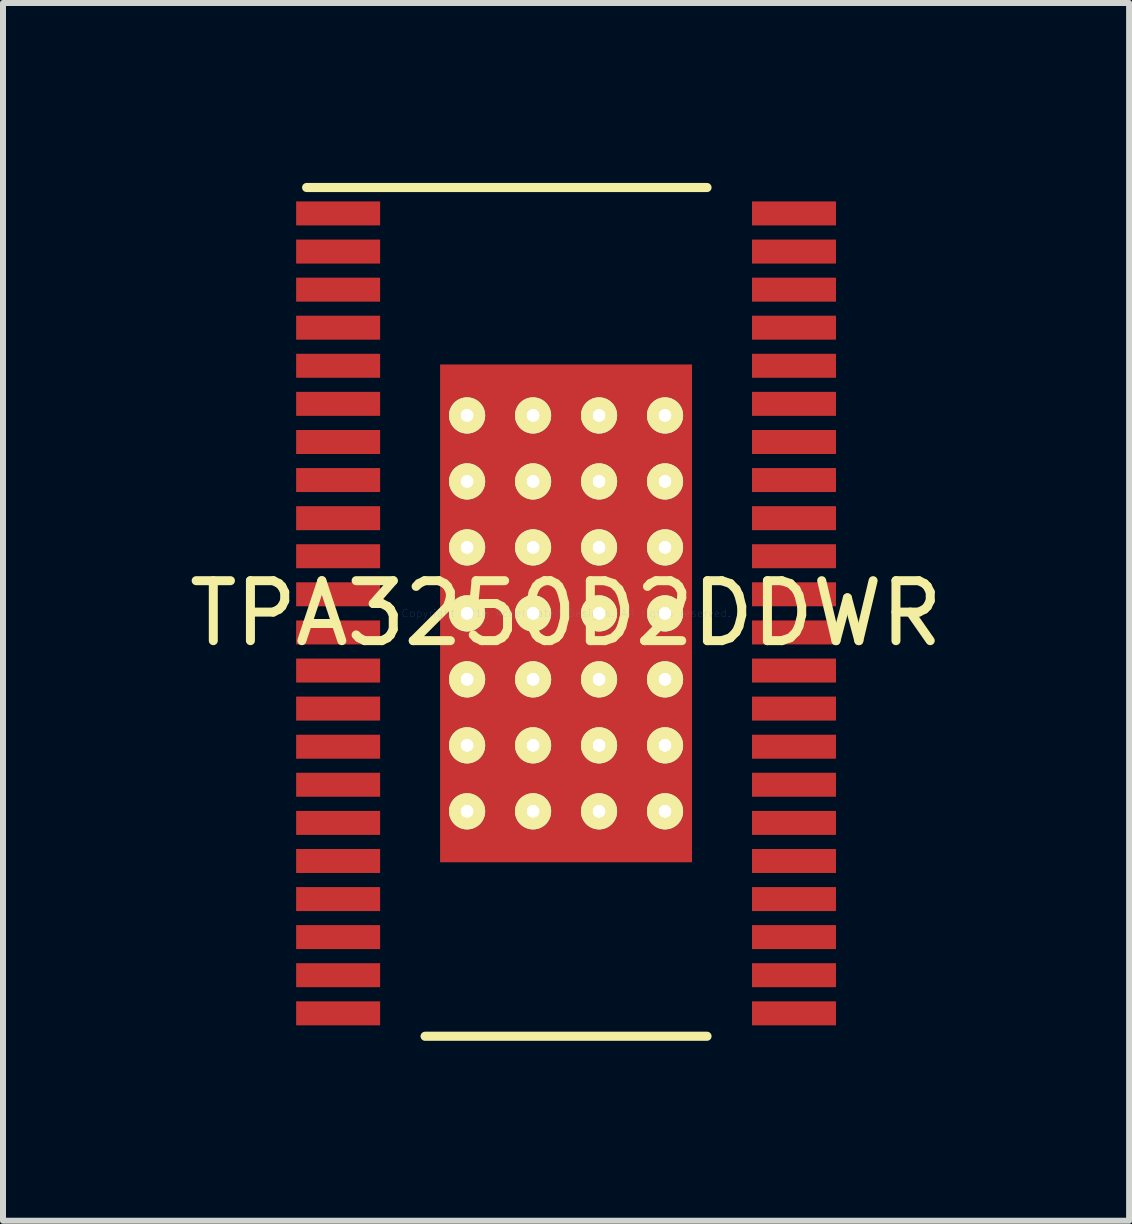
<source format=kicad_pcb>
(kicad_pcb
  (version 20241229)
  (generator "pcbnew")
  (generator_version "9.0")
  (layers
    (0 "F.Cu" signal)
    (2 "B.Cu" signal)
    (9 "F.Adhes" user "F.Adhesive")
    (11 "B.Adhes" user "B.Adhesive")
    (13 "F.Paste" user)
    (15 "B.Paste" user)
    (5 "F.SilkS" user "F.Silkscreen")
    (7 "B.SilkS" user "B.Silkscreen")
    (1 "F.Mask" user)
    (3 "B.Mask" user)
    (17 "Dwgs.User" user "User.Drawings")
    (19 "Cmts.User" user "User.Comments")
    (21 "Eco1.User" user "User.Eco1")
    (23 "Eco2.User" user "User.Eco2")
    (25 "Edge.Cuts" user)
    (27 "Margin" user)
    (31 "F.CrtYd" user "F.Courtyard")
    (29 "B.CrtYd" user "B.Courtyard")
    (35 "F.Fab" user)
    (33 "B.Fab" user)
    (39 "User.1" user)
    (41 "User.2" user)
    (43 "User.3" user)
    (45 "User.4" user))
  (footprint "TPA3250D2DDWR"
    (layer "F.Cu")
    (at 6.387 7.176)
    (property "Reference" "TPA3250D2DDWR" (at 0 0 0) (layer "F.SilkS") (effects (font (size 1 1) (thickness 0.15))))
    (attr through_hole)
    (fp_line (start -4.325 -7.1) (end 2.35 -7.1) (stroke (width 0.152) (type solid)) (layer "F.SilkS"))
    (fp_line (start -2.35 7.05) (end 2.35 7.05) (stroke (width 0.152) (type solid)) (layer "F.SilkS"))
    (fp_text user "Copyright 2016 Accelerated Designs. All rights reserved." (at 0 0 0) (layer "Cmts.User") (effects (font (size 0.127 0.127) (thickness 0.002))))
    (pad "" smd rect (at -3.8 -6.668 90) (size 0.4 1.4) (layers "F.Paste"))
    (pad "" smd rect (at -3.8 -6.668 90) (size 0.502 1.502) (layers "F.Mask"))
    (pad "" smd rect (at -3.8 -6.032 90) (size 0.4 1.4) (layers "F.Paste"))
    (pad "" smd rect (at -3.8 -6.032 90) (size 0.502 1.502) (layers "F.Mask"))
    (pad "" smd rect (at -3.8 -5.397 90) (size 0.4 1.4) (layers "F.Paste"))
    (pad "" smd rect (at -3.8 -5.397 90) (size 0.502 1.502) (layers "F.Mask"))
    (pad "" smd rect (at -3.8 -4.763 90) (size 0.4 1.4) (layers "F.Paste"))
    (pad "" smd rect (at -3.8 -4.763 90) (size 0.502 1.502) (layers "F.Mask"))
    (pad "" smd rect (at -3.8 -4.128 90) (size 0.4 1.4) (layers "F.Paste"))
    (pad "" smd rect (at -3.8 -4.128 90) (size 0.502 1.502) (layers "F.Mask"))
    (pad "" smd rect (at -3.8 -3.493 90) (size 0.4 1.4) (layers "F.Paste"))
    (pad "" smd rect (at -3.8 -3.493 90) (size 0.502 1.502) (layers "F.Mask"))
    (pad "" smd rect (at -3.8 -2.857 90) (size 0.4 1.4) (layers "F.Paste"))
    (pad "" smd rect (at -3.8 -2.857 90) (size 0.502 1.502) (layers "F.Mask"))
    (pad "" smd rect (at -3.8 -2.223 90) (size 0.4 1.4) (layers "F.Paste"))
    (pad "" smd rect (at -3.8 -2.223 90) (size 0.502 1.502) (layers "F.Mask"))
    (pad "" smd rect (at -3.8 -1.587 90) (size 0.4 1.4) (layers "F.Paste"))
    (pad "" smd rect (at -3.8 -1.587 90) (size 0.502 1.502) (layers "F.Mask"))
    (pad "" smd rect (at -3.8 -0.953 90) (size 0.4 1.4) (layers "F.Paste"))
    (pad "" smd rect (at -3.8 -0.953 90) (size 0.502 1.502) (layers "F.Mask"))
    (pad "" smd rect (at -3.8 -0.318 90) (size 0.4 1.4) (layers "F.Paste"))
    (pad "" smd rect (at -3.8 -0.318 90) (size 0.502 1.502) (layers "F.Mask"))
    (pad "" smd rect (at -3.8 0.318 90) (size 0.4 1.4) (layers "F.Paste"))
    (pad "" smd rect (at -3.8 0.318 90) (size 0.502 1.502) (layers "F.Mask"))
    (pad "" smd rect (at -3.8 0.953 90) (size 0.4 1.4) (layers "F.Paste"))
    (pad "" smd rect (at -3.8 0.953 90) (size 0.502 1.502) (layers "F.Mask"))
    (pad "" smd rect (at -3.8 1.587 90) (size 0.4 1.4) (layers "F.Paste"))
    (pad "" smd rect (at -3.8 1.587 90) (size 0.502 1.502) (layers "F.Mask"))
    (pad "" smd rect (at -3.8 2.223 90) (size 0.4 1.4) (layers "F.Paste"))
    (pad "" smd rect (at -3.8 2.223 90) (size 0.502 1.502) (layers "F.Mask"))
    (pad "" smd rect (at -3.8 2.857 90) (size 0.4 1.4) (layers "F.Paste"))
    (pad "" smd rect (at -3.8 2.857 90) (size 0.502 1.502) (layers "F.Mask"))
    (pad "" smd rect (at -3.8 3.493 90) (size 0.4 1.4) (layers "F.Paste"))
    (pad "" smd rect (at -3.8 3.493 90) (size 0.502 1.502) (layers "F.Mask"))
    (pad "" smd rect (at -3.8 4.128 90) (size 0.4 1.4) (layers "F.Paste"))
    (pad "" smd rect (at -3.8 4.128 90) (size 0.502 1.502) (layers "F.Mask"))
    (pad "" smd rect (at -3.8 4.763 90) (size 0.4 1.4) (layers "F.Paste"))
    (pad "" smd rect (at -3.8 4.763 90) (size 0.502 1.502) (layers "F.Mask"))
    (pad "" smd rect (at -3.8 5.397 90) (size 0.4 1.4) (layers "F.Paste"))
    (pad "" smd rect (at -3.8 5.397 90) (size 0.502 1.502) (layers "F.Mask"))
    (pad "" smd rect (at -3.8 6.032 90) (size 0.4 1.4) (layers "F.Paste"))
    (pad "" smd rect (at -3.8 6.032 90) (size 0.502 1.502) (layers "F.Mask"))
    (pad "" smd rect (at -3.8 6.668 90) (size 0.4 1.4) (layers "F.Paste"))
    (pad "" smd rect (at -3.8 6.668 90) (size 0.502 1.502) (layers "F.Mask"))
    (pad "" thru_hole circle (at -1.65 -3.3) (size 0.602 0.602) (drill 0.203) (layers "*.Mask" "F.SilkS"))
    (pad "" thru_hole circle (at -1.65 -3.3) (size 0.602 0.602) (drill 0.203) (layers "*.Mask" "F.SilkS"))
    (pad "" thru_hole circle (at -1.65 -2.2) (size 0.602 0.602) (drill 0.203) (layers "*.Mask" "F.SilkS"))
    (pad "" thru_hole circle (at -1.65 -2.2) (size 0.602 0.602) (drill 0.203) (layers "*.Mask" "F.SilkS"))
    (pad "" thru_hole circle (at -1.65 -1.1) (size 0.602 0.602) (drill 0.203) (layers "*.Mask" "F.SilkS"))
    (pad "" thru_hole circle (at -1.65 -1.1) (size 0.602 0.602) (drill 0.203) (layers "*.Mask" "F.SilkS"))
    (pad "" thru_hole circle (at -1.65 0) (size 0.602 0.602) (drill 0.203) (layers "*.Mask" "F.SilkS"))
    (pad "" thru_hole circle (at -1.65 0) (size 0.602 0.602) (drill 0.203) (layers "*.Mask" "F.SilkS"))
    (pad "" thru_hole circle (at -1.65 1.1) (size 0.602 0.602) (drill 0.203) (layers "*.Mask" "F.SilkS"))
    (pad "" thru_hole circle (at -1.65 1.1) (size 0.602 0.602) (drill 0.203) (layers "*.Mask" "F.SilkS"))
    (pad "" thru_hole circle (at -1.65 2.2) (size 0.602 0.602) (drill 0.203) (layers "*.Mask" "F.SilkS"))
    (pad "" thru_hole circle (at -1.65 2.2) (size 0.602 0.602) (drill 0.203) (layers "*.Mask" "F.SilkS"))
    (pad "" thru_hole circle (at -1.65 3.3) (size 0.602 0.602) (drill 0.203) (layers "*.Mask" "F.SilkS"))
    (pad "" thru_hole circle (at -1.65 3.3) (size 0.602 0.602) (drill 0.203) (layers "*.Mask" "F.SilkS"))
    (pad "" thru_hole circle (at -0.55 -3.3) (size 0.602 0.602) (drill 0.203) (layers "*.Mask" "F.SilkS"))
    (pad "" thru_hole circle (at -0.55 -3.3) (size 0.602 0.602) (drill 0.203) (layers "*.Mask" "F.SilkS"))
    (pad "" thru_hole circle (at -0.55 -2.2) (size 0.602 0.602) (drill 0.203) (layers "*.Mask" "F.SilkS"))
    (pad "" thru_hole circle (at -0.55 -2.2) (size 0.602 0.602) (drill 0.203) (layers "*.Mask" "F.SilkS"))
    (pad "" thru_hole circle (at -0.55 -1.1) (size 0.602 0.602) (drill 0.203) (layers "*.Mask" "F.SilkS"))
    (pad "" thru_hole circle (at -0.55 -1.1) (size 0.602 0.602) (drill 0.203) (layers "*.Mask" "F.SilkS"))
    (pad "" thru_hole circle (at -0.55 0) (size 0.602 0.602) (drill 0.203) (layers "*.Mask" "F.SilkS"))
    (pad "" thru_hole circle (at -0.55 0) (size 0.602 0.602) (drill 0.203) (layers "*.Mask" "F.SilkS"))
    (pad "" thru_hole circle (at -0.55 1.1) (size 0.602 0.602) (drill 0.203) (layers "*.Mask" "F.SilkS"))
    (pad "" thru_hole circle (at -0.55 1.1) (size 0.602 0.602) (drill 0.203) (layers "*.Mask" "F.SilkS"))
    (pad "" thru_hole circle (at -0.55 2.2) (size 0.602 0.602) (drill 0.203) (layers "*.Mask" "F.SilkS"))
    (pad "" thru_hole circle (at -0.55 2.2) (size 0.602 0.602) (drill 0.203) (layers "*.Mask" "F.SilkS"))
    (pad "" thru_hole circle (at -0.55 3.3) (size 0.602 0.602) (drill 0.203) (layers "*.Mask" "F.SilkS"))
    (pad "" thru_hole circle (at -0.55 3.3) (size 0.602 0.602) (drill 0.203) (layers "*.Mask" "F.SilkS"))
    (pad "" smd rect (at 0 0) (size 4.2 8.3) (layers "F.Paste"))
    (pad "" smd rect (at 0 0) (size 4.302 8.402) (layers "F.Mask"))
    (pad "" thru_hole circle (at 0.55 -3.3) (size 0.602 0.602) (drill 0.203) (layers "*.Mask" "F.SilkS"))
    (pad "" thru_hole circle (at 0.55 -3.3) (size 0.602 0.602) (drill 0.203) (layers "*.Mask" "F.SilkS"))
    (pad "" thru_hole circle (at 0.55 -2.2) (size 0.602 0.602) (drill 0.203) (layers "*.Mask" "F.SilkS"))
    (pad "" thru_hole circle (at 0.55 -2.2) (size 0.602 0.602) (drill 0.203) (layers "*.Mask" "F.SilkS"))
    (pad "" thru_hole circle (at 0.55 -1.1) (size 0.602 0.602) (drill 0.203) (layers "*.Mask" "F.SilkS"))
    (pad "" thru_hole circle (at 0.55 -1.1) (size 0.602 0.602) (drill 0.203) (layers "*.Mask" "F.SilkS"))
    (pad "" thru_hole circle (at 0.55 0) (size 0.602 0.602) (drill 0.203) (layers "*.Mask" "F.SilkS"))
    (pad "" thru_hole circle (at 0.55 0) (size 0.602 0.602) (drill 0.203) (layers "*.Mask" "F.SilkS"))
    (pad "" thru_hole circle (at 0.55 1.1) (size 0.602 0.602) (drill 0.203) (layers "*.Mask" "F.SilkS"))
    (pad "" thru_hole circle (at 0.55 1.1) (size 0.602 0.602) (drill 0.203) (layers "*.Mask" "F.SilkS"))
    (pad "" thru_hole circle (at 0.55 2.2) (size 0.602 0.602) (drill 0.203) (layers "*.Mask" "F.SilkS"))
    (pad "" thru_hole circle (at 0.55 2.2) (size 0.602 0.602) (drill 0.203) (layers "*.Mask" "F.SilkS"))
    (pad "" thru_hole circle (at 0.55 3.3) (size 0.602 0.602) (drill 0.203) (layers "*.Mask" "F.SilkS"))
    (pad "" thru_hole circle (at 0.55 3.3) (size 0.602 0.602) (drill 0.203) (layers "*.Mask" "F.SilkS"))
    (pad "" thru_hole circle (at 1.65 -3.3) (size 0.602 0.602) (drill 0.203) (layers "*.Mask" "F.SilkS"))
    (pad "" thru_hole circle (at 1.65 -3.3) (size 0.602 0.602) (drill 0.203) (layers "*.Mask" "F.SilkS"))
    (pad "" thru_hole circle (at 1.65 -2.2) (size 0.602 0.602) (drill 0.203) (layers "*.Mask" "F.SilkS"))
    (pad "" thru_hole circle (at 1.65 -2.2) (size 0.602 0.602) (drill 0.203) (layers "*.Mask" "F.SilkS"))
    (pad "" thru_hole circle (at 1.65 -1.1) (size 0.602 0.602) (drill 0.203) (layers "*.Mask" "F.SilkS"))
    (pad "" thru_hole circle (at 1.65 -1.1) (size 0.602 0.602) (drill 0.203) (layers "*.Mask" "F.SilkS"))
    (pad "" thru_hole circle (at 1.65 0) (size 0.602 0.602) (drill 0.203) (layers "*.Mask" "F.SilkS"))
    (pad "" thru_hole circle (at 1.65 0) (size 0.602 0.602) (drill 0.203) (layers "*.Mask" "F.SilkS"))
    (pad "" thru_hole circle (at 1.65 1.1) (size 0.602 0.602) (drill 0.203) (layers "*.Mask" "F.SilkS"))
    (pad "" thru_hole circle (at 1.65 1.1) (size 0.602 0.602) (drill 0.203) (layers "*.Mask" "F.SilkS"))
    (pad "" thru_hole circle (at 1.65 2.2) (size 0.602 0.602) (drill 0.203) (layers "*.Mask" "F.SilkS"))
    (pad "" thru_hole circle (at 1.65 2.2) (size 0.602 0.602) (drill 0.203) (layers "*.Mask" "F.SilkS"))
    (pad "" thru_hole circle (at 1.65 3.3) (size 0.602 0.602) (drill 0.203) (layers "*.Mask" "F.SilkS"))
    (pad "" thru_hole circle (at 1.65 3.3) (size 0.602 0.602) (drill 0.203) (layers "*.Mask" "F.SilkS"))
    (pad "" smd rect (at 3.8 -6.668 90) (size 0.4 1.4) (layers "F.Paste"))
    (pad "" smd rect (at 3.8 -6.668 90) (size 0.502 1.502) (layers "F.Mask"))
    (pad "" smd rect (at 3.8 -6.032 90) (size 0.4 1.4) (layers "F.Paste"))
    (pad "" smd rect (at 3.8 -6.032 90) (size 0.502 1.502) (layers "F.Mask"))
    (pad "" smd rect (at 3.8 -5.397 90) (size 0.4 1.4) (layers "F.Paste"))
    (pad "" smd rect (at 3.8 -5.397 90) (size 0.502 1.502) (layers "F.Mask"))
    (pad "" smd rect (at 3.8 -4.763 90) (size 0.4 1.4) (layers "F.Paste"))
    (pad "" smd rect (at 3.8 -4.763 90) (size 0.502 1.502) (layers "F.Mask"))
    (pad "" smd rect (at 3.8 -4.128 90) (size 0.4 1.4) (layers "F.Paste"))
    (pad "" smd rect (at 3.8 -4.128 90) (size 0.502 1.502) (layers "F.Mask"))
    (pad "" smd rect (at 3.8 -3.493 90) (size 0.4 1.4) (layers "F.Paste"))
    (pad "" smd rect (at 3.8 -3.493 90) (size 0.502 1.502) (layers "F.Mask"))
    (pad "" smd rect (at 3.8 -2.857 90) (size 0.4 1.4) (layers "F.Paste"))
    (pad "" smd rect (at 3.8 -2.857 90) (size 0.502 1.502) (layers "F.Mask"))
    (pad "" smd rect (at 3.8 -2.223 90) (size 0.4 1.4) (layers "F.Paste"))
    (pad "" smd rect (at 3.8 -2.223 90) (size 0.502 1.502) (layers "F.Mask"))
    (pad "" smd rect (at 3.8 -1.587 90) (size 0.4 1.4) (layers "F.Paste"))
    (pad "" smd rect (at 3.8 -1.587 90) (size 0.502 1.502) (layers "F.Mask"))
    (pad "" smd rect (at 3.8 -0.953 90) (size 0.4 1.4) (layers "F.Paste"))
    (pad "" smd rect (at 3.8 -0.953 90) (size 0.502 1.502) (layers "F.Mask"))
    (pad "" smd rect (at 3.8 -0.318 90) (size 0.4 1.4) (layers "F.Paste"))
    (pad "" smd rect (at 3.8 -0.318 90) (size 0.502 1.502) (layers "F.Mask"))
    (pad "" smd rect (at 3.8 0.318 90) (size 0.4 1.4) (layers "F.Paste"))
    (pad "" smd rect (at 3.8 0.318 90) (size 0.502 1.502) (layers "F.Mask"))
    (pad "" smd rect (at 3.8 0.953 90) (size 0.4 1.4) (layers "F.Paste"))
    (pad "" smd rect (at 3.8 0.953 90) (size 0.502 1.502) (layers "F.Mask"))
    (pad "" smd rect (at 3.8 1.587 90) (size 0.4 1.4) (layers "F.Paste"))
    (pad "" smd rect (at 3.8 1.587 90) (size 0.502 1.502) (layers "F.Mask"))
    (pad "" smd rect (at 3.8 2.223 90) (size 0.4 1.4) (layers "F.Paste"))
    (pad "" smd rect (at 3.8 2.223 90) (size 0.502 1.502) (layers "F.Mask"))
    (pad "" smd rect (at 3.8 2.857 90) (size 0.4 1.4) (layers "F.Paste"))
    (pad "" smd rect (at 3.8 2.857 90) (size 0.502 1.502) (layers "F.Mask"))
    (pad "" smd rect (at 3.8 3.493 90) (size 0.4 1.4) (layers "F.Paste"))
    (pad "" smd rect (at 3.8 3.493 90) (size 0.502 1.502) (layers "F.Mask"))
    (pad "" smd rect (at 3.8 4.128 90) (size 0.4 1.4) (layers "F.Paste"))
    (pad "" smd rect (at 3.8 4.128 90) (size 0.502 1.502) (layers "F.Mask"))
    (pad "" smd rect (at 3.8 4.763 90) (size 0.4 1.4) (layers "F.Paste"))
    (pad "" smd rect (at 3.8 4.763 90) (size 0.502 1.502) (layers "F.Mask"))
    (pad "" smd rect (at 3.8 5.397 90) (size 0.4 1.4) (layers "F.Paste"))
    (pad "" smd rect (at 3.8 5.397 90) (size 0.502 1.502) (layers "F.Mask"))
    (pad "" smd rect (at 3.8 6.032 90) (size 0.4 1.4) (layers "F.Paste"))
    (pad "" smd rect (at 3.8 6.032 90) (size 0.502 1.502) (layers "F.Mask"))
    (pad "" smd rect (at 3.8 6.668 90) (size 0.4 1.4) (layers "F.Paste"))
    (pad "" smd rect (at 3.8 6.668 90) (size 0.502 1.502) (layers "F.Mask"))
    (pad "1" smd rect (at -3.8 -6.668 90) (size 0.4 1.4) (layers "F.Cu"))
    (pad "2" smd rect (at -3.8 -6.032 90) (size 0.4 1.4) (layers "F.Cu"))
    (pad "3" smd rect (at -3.8 -5.397 90) (size 0.4 1.4) (layers "F.Cu"))
    (pad "4" smd rect (at -3.8 -4.763 90) (size 0.4 1.4) (layers "F.Cu"))
    (pad "5" smd rect (at -3.8 -4.128 90) (size 0.4 1.4) (layers "F.Cu"))
    (pad "6" smd rect (at -3.8 -3.493 90) (size 0.4 1.4) (layers "F.Cu"))
    (pad "7" smd rect (at -3.8 -2.857 90) (size 0.4 1.4) (layers "F.Cu"))
    (pad "8" smd rect (at -3.8 -2.223 90) (size 0.4 1.4) (layers "F.Cu"))
    (pad "9" smd rect (at -3.8 -1.587 90) (size 0.4 1.4) (layers "F.Cu"))
    (pad "10" smd rect (at -3.8 -0.953 90) (size 0.4 1.4) (layers "F.Cu"))
    (pad "11" smd rect (at -3.8 -0.318 90) (size 0.4 1.4) (layers "F.Cu"))
    (pad "12" smd rect (at -3.8 0.318 90) (size 0.4 1.4) (layers "F.Cu"))
    (pad "13" smd rect (at -3.8 0.953 90) (size 0.4 1.4) (layers "F.Cu"))
    (pad "14" smd rect (at -3.8 1.587 90) (size 0.4 1.4) (layers "F.Cu"))
    (pad "15" smd rect (at -3.8 2.223 90) (size 0.4 1.4) (layers "F.Cu"))
    (pad "16" smd rect (at -3.8 2.857 90) (size 0.4 1.4) (layers "F.Cu"))
    (pad "17" smd rect (at -3.8 3.493 90) (size 0.4 1.4) (layers "F.Cu"))
    (pad "18" smd rect (at -3.8 4.128 90) (size 0.4 1.4) (layers "F.Cu"))
    (pad "19" smd rect (at -3.8 4.763 90) (size 0.4 1.4) (layers "F.Cu"))
    (pad "20" smd rect (at -3.8 5.397 90) (size 0.4 1.4) (layers "F.Cu"))
    (pad "21" smd rect (at -3.8 6.032 90) (size 0.4 1.4) (layers "F.Cu"))
    (pad "22" smd rect (at -3.8 6.668 90) (size 0.4 1.4) (layers "F.Cu"))
    (pad "23" smd rect (at 3.8 6.668 90) (size 0.4 1.4) (layers "F.Cu"))
    (pad "24" smd rect (at 3.8 6.032 90) (size 0.4 1.4) (layers "F.Cu"))
    (pad "25" smd rect (at 3.8 5.397 90) (size 0.4 1.4) (layers "F.Cu"))
    (pad "26" smd rect (at 3.8 4.763 90) (size 0.4 1.4) (layers "F.Cu"))
    (pad "27" smd rect (at 3.8 4.128 90) (size 0.4 1.4) (layers "F.Cu"))
    (pad "28" smd rect (at 3.8 3.493 90) (size 0.4 1.4) (layers "F.Cu"))
    (pad "29" smd rect (at 3.8 2.857 90) (size 0.4 1.4) (layers "F.Cu"))
    (pad "30" smd rect (at 3.8 2.223 90) (size 0.4 1.4) (layers "F.Cu"))
    (pad "31" smd rect (at 3.8 1.587 90) (size 0.4 1.4) (layers "F.Cu"))
    (pad "32" smd rect (at 3.8 0.953 90) (size 0.4 1.4) (layers "F.Cu"))
    (pad "33" smd rect (at 3.8 0.318 90) (size 0.4 1.4) (layers "F.Cu"))
    (pad "34" smd rect (at 3.8 -0.318 90) (size 0.4 1.4) (layers "F.Cu"))
    (pad "35" smd rect (at 3.8 -0.953 90) (size 0.4 1.4) (layers "F.Cu"))
    (pad "36" smd rect (at 3.8 -1.587 90) (size 0.4 1.4) (layers "F.Cu"))
    (pad "37" smd rect (at 3.8 -2.223 90) (size 0.4 1.4) (layers "F.Cu"))
    (pad "38" smd rect (at 3.8 -2.857 90) (size 0.4 1.4) (layers "F.Cu"))
    (pad "39" smd rect (at 3.8 -3.493 90) (size 0.4 1.4) (layers "F.Cu"))
    (pad "40" smd rect (at 3.8 -4.128 90) (size 0.4 1.4) (layers "F.Cu"))
    (pad "41" smd rect (at 3.8 -4.763 90) (size 0.4 1.4) (layers "F.Cu"))
    (pad "42" smd rect (at 3.8 -5.397 90) (size 0.4 1.4) (layers "F.Cu"))
    (pad "43" smd rect (at 3.8 -6.032 90) (size 0.4 1.4) (layers "F.Cu"))
    (pad "44" smd rect (at 3.8 -6.668 90) (size 0.4 1.4) (layers "F.Cu"))
    (pad "45" smd rect (at 0 0) (size 4.2 8.3) (layers "F.Cu"))
    (pad "V" thru_hole circle (at -1.65 -3.3) (size 0.5 0.5) (drill 0.203) (layers "*.Cu" "F.SilkS"))
    (pad "V" thru_hole circle (at -1.65 -3.3) (size 0.5 0.5) (drill 0.203) (layers "*.Cu" "F.SilkS"))
    (pad "V" thru_hole circle (at -1.65 -2.2) (size 0.5 0.5) (drill 0.203) (layers "*.Cu" "F.SilkS"))
    (pad "V" thru_hole circle (at -1.65 -2.2) (size 0.5 0.5) (drill 0.203) (layers "*.Cu" "F.SilkS"))
    (pad "V" thru_hole circle (at -1.65 -1.1) (size 0.5 0.5) (drill 0.203) (layers "*.Cu" "F.SilkS"))
    (pad "V" thru_hole circle (at -1.65 -1.1) (size 0.5 0.5) (drill 0.203) (layers "*.Cu" "F.SilkS"))
    (pad "V" thru_hole circle (at -1.65 0) (size 0.5 0.5) (drill 0.203) (layers "*.Cu" "F.SilkS"))
    (pad "V" thru_hole circle (at -1.65 0) (size 0.5 0.5) (drill 0.203) (layers "*.Cu" "F.SilkS"))
    (pad "V" thru_hole circle (at -1.65 1.1) (size 0.5 0.5) (drill 0.203) (layers "*.Cu" "F.SilkS"))
    (pad "V" thru_hole circle (at -1.65 1.1) (size 0.5 0.5) (drill 0.203) (layers "*.Cu" "F.SilkS"))
    (pad "V" thru_hole circle (at -1.65 2.2) (size 0.5 0.5) (drill 0.203) (layers "*.Cu" "F.SilkS"))
    (pad "V" thru_hole circle (at -1.65 2.2) (size 0.5 0.5) (drill 0.203) (layers "*.Cu" "F.SilkS"))
    (pad "V" thru_hole circle (at -1.65 3.3) (size 0.5 0.5) (drill 0.203) (layers "*.Cu" "F.SilkS"))
    (pad "V" thru_hole circle (at -1.65 3.3) (size 0.5 0.5) (drill 0.203) (layers "*.Cu" "F.SilkS"))
    (pad "V" thru_hole circle (at -0.55 -3.3) (size 0.5 0.5) (drill 0.203) (layers "*.Cu" "F.SilkS"))
    (pad "V" thru_hole circle (at -0.55 -3.3) (size 0.5 0.5) (drill 0.203) (layers "*.Cu" "F.SilkS"))
    (pad "V" thru_hole circle (at -0.55 -2.2) (size 0.5 0.5) (drill 0.203) (layers "*.Cu" "F.SilkS"))
    (pad "V" thru_hole circle (at -0.55 -2.2) (size 0.5 0.5) (drill 0.203) (layers "*.Cu" "F.SilkS"))
    (pad "V" thru_hole circle (at -0.55 -1.1) (size 0.5 0.5) (drill 0.203) (layers "*.Cu" "F.SilkS"))
    (pad "V" thru_hole circle (at -0.55 -1.1) (size 0.5 0.5) (drill 0.203) (layers "*.Cu" "F.SilkS"))
    (pad "V" thru_hole circle (at -0.55 0) (size 0.5 0.5) (drill 0.203) (layers "*.Cu" "F.SilkS"))
    (pad "V" thru_hole circle (at -0.55 0) (size 0.5 0.5) (drill 0.203) (layers "*.Cu" "F.SilkS"))
    (pad "V" thru_hole circle (at -0.55 1.1) (size 0.5 0.5) (drill 0.203) (layers "*.Cu" "F.SilkS"))
    (pad "V" thru_hole circle (at -0.55 1.1) (size 0.5 0.5) (drill 0.203) (layers "*.Cu" "F.SilkS"))
    (pad "V" thru_hole circle (at -0.55 2.2) (size 0.5 0.5) (drill 0.203) (layers "*.Cu" "F.SilkS"))
    (pad "V" thru_hole circle (at -0.55 2.2) (size 0.5 0.5) (drill 0.203) (layers "*.Cu" "F.SilkS"))
    (pad "V" thru_hole circle (at -0.55 3.3) (size 0.5 0.5) (drill 0.203) (layers "*.Cu" "F.SilkS"))
    (pad "V" thru_hole circle (at -0.55 3.3) (size 0.5 0.5) (drill 0.203) (layers "*.Cu" "F.SilkS"))
    (pad "V" thru_hole circle (at 0.55 -3.3) (size 0.5 0.5) (drill 0.203) (layers "*.Cu" "F.SilkS"))
    (pad "V" thru_hole circle (at 0.55 -3.3) (size 0.5 0.5) (drill 0.203) (layers "*.Cu" "F.SilkS"))
    (pad "V" thru_hole circle (at 0.55 -2.2) (size 0.5 0.5) (drill 0.203) (layers "*.Cu" "F.SilkS"))
    (pad "V" thru_hole circle (at 0.55 -2.2) (size 0.5 0.5) (drill 0.203) (layers "*.Cu" "F.SilkS"))
    (pad "V" thru_hole circle (at 0.55 -1.1) (size 0.5 0.5) (drill 0.203) (layers "*.Cu" "F.SilkS"))
    (pad "V" thru_hole circle (at 0.55 -1.1) (size 0.5 0.5) (drill 0.203) (layers "*.Cu" "F.SilkS"))
    (pad "V" thru_hole circle (at 0.55 0) (size 0.5 0.5) (drill 0.203) (layers "*.Cu" "F.SilkS"))
    (pad "V" thru_hole circle (at 0.55 0) (size 0.5 0.5) (drill 0.203) (layers "*.Cu" "F.SilkS"))
    (pad "V" thru_hole circle (at 0.55 1.1) (size 0.5 0.5) (drill 0.203) (layers "*.Cu" "F.SilkS"))
    (pad "V" thru_hole circle (at 0.55 1.1) (size 0.5 0.5) (drill 0.203) (layers "*.Cu" "F.SilkS"))
    (pad "V" thru_hole circle (at 0.55 2.2) (size 0.5 0.5) (drill 0.203) (layers "*.Cu" "F.SilkS"))
    (pad "V" thru_hole circle (at 0.55 2.2) (size 0.5 0.5) (drill 0.203) (layers "*.Cu" "F.SilkS"))
    (pad "V" thru_hole circle (at 0.55 3.3) (size 0.5 0.5) (drill 0.203) (layers "*.Cu" "F.SilkS"))
    (pad "V" thru_hole circle (at 0.55 3.3) (size 0.5 0.5) (drill 0.203) (layers "*.Cu" "F.SilkS"))
    (pad "V" thru_hole circle (at 1.65 -3.3) (size 0.5 0.5) (drill 0.203) (layers "*.Cu" "F.SilkS"))
    (pad "V" thru_hole circle (at 1.65 -3.3) (size 0.5 0.5) (drill 0.203) (layers "*.Cu" "F.SilkS"))
    (pad "V" thru_hole circle (at 1.65 -2.2) (size 0.5 0.5) (drill 0.203) (layers "*.Cu" "F.SilkS"))
    (pad "V" thru_hole circle (at 1.65 -2.2) (size 0.5 0.5) (drill 0.203) (layers "*.Cu" "F.SilkS"))
    (pad "V" thru_hole circle (at 1.65 -1.1) (size 0.5 0.5) (drill 0.203) (layers "*.Cu" "F.SilkS"))
    (pad "V" thru_hole circle (at 1.65 -1.1) (size 0.5 0.5) (drill 0.203) (layers "*.Cu" "F.SilkS"))
    (pad "V" thru_hole circle (at 1.65 0) (size 0.5 0.5) (drill 0.203) (layers "*.Cu" "F.SilkS"))
    (pad "V" thru_hole circle (at 1.65 0) (size 0.5 0.5) (drill 0.203) (layers "*.Cu" "F.SilkS"))
    (pad "V" thru_hole circle (at 1.65 1.1) (size 0.5 0.5) (drill 0.203) (layers "*.Cu" "F.SilkS"))
    (pad "V" thru_hole circle (at 1.65 1.1) (size 0.5 0.5) (drill 0.203) (layers "*.Cu" "F.SilkS"))
    (pad "V" thru_hole circle (at 1.65 2.2) (size 0.5 0.5) (drill 0.203) (layers "*.Cu" "F.SilkS"))
    (pad "V" thru_hole circle (at 1.65 2.2) (size 0.5 0.5) (drill 0.203) (layers "*.Cu" "F.SilkS"))
    (pad "V" thru_hole circle (at 1.65 3.3) (size 0.5 0.5) (drill 0.203) (layers "*.Cu" "F.SilkS"))
    (pad "V" thru_hole circle (at 1.65 3.3) (size 0.5 0.5) (drill 0.203) (layers "*.Cu" "F.SilkS")))
  (gr_rect
    (start -3 -3)
    (end 15.774 17.302)
    (stroke (width 0.1) (type default))
    (fill no)
    (layer "Edge.Cuts")))
</source>
